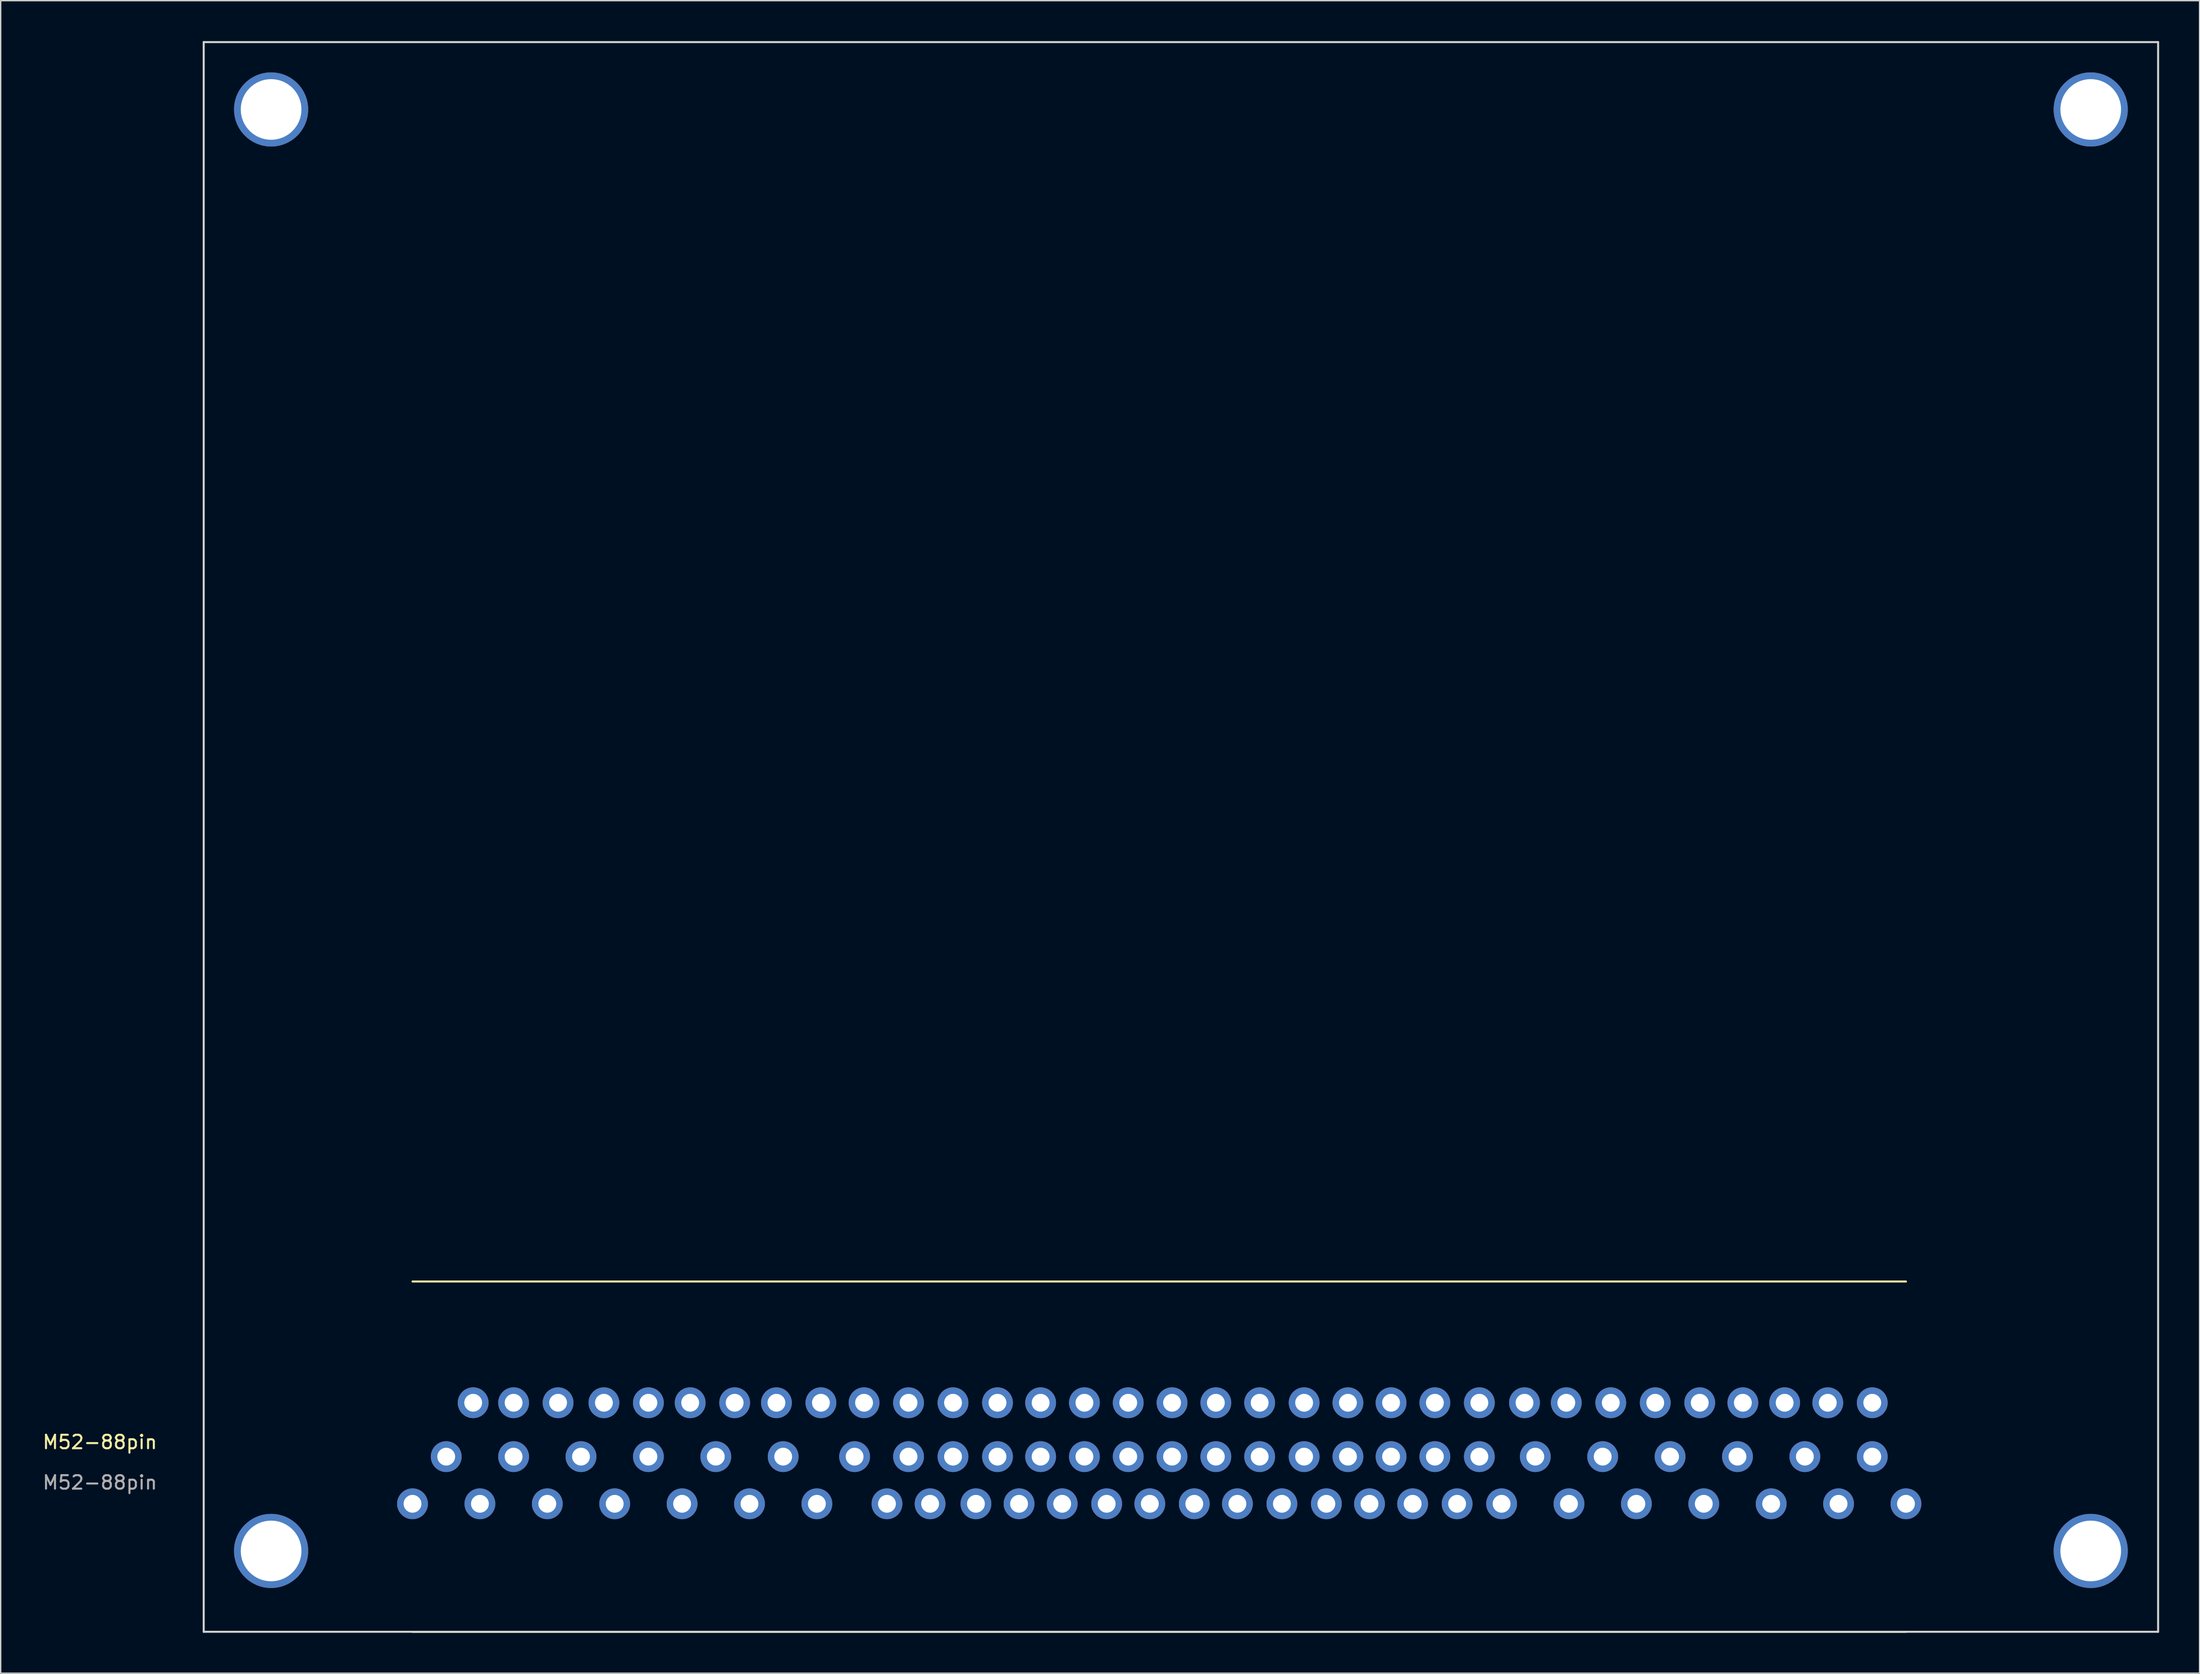
<source format=kicad_pcb>
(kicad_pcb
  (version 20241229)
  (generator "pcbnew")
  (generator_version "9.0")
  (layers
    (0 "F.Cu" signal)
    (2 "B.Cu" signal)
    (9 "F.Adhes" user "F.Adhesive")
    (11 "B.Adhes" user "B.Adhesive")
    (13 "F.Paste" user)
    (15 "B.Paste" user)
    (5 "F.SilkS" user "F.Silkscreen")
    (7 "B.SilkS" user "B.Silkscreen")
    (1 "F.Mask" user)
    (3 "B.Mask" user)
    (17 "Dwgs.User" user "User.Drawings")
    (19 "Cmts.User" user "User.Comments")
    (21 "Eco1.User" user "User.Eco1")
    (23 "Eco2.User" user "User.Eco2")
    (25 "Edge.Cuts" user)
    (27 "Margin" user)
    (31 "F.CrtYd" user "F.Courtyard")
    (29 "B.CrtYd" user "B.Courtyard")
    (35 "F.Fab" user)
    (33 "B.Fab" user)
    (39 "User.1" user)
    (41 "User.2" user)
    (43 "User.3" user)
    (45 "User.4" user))
  (footprint "M52-88pin"
    (layer "F.Cu")
    (at 17.063 112.075)
    (property "Reference" "M52-88pin" (at -12.7 -8.08 0) (unlocked yes) (layer "F.SilkS") (effects (font (size 1 1) (thickness 0.15))))
    (attr through_hole)
    (fp_line (start 121.292 -20) (end 10.492 -20) (stroke (width 0.15) (type solid)) (layer "F.SilkS"))
    (fp_line (start 121.292 6) (end 10.492 6) (stroke (width 0.15) (type solid)) (layer "F.SilkS"))
    (fp_line (start -5 -112) (end -5 6) (stroke (width 0.15) (type solid)) (layer "Edge.Cuts"))
    (fp_line (start -5 -112) (end 140 -112) (stroke (width 0.15) (type solid)) (layer "Edge.Cuts"))
    (fp_line (start -5 6) (end 140 6) (stroke (width 0.15) (type solid)) (layer "Edge.Cuts"))
    (fp_line (start 140 -112) (end 140 6) (stroke (width 0.15) (type solid)) (layer "Edge.Cuts"))
    (fp_text user "${REFERENCE}" (at -12.7 -5.08 0) (unlocked yes) (layer "F.Fab") (effects (font (size 1 1) (thickness 0.15))))
    (pad "1" thru_hole circle (at 121.292 -3.5 180) (size 2.286 2.286) (drill 1.321) (layers "*.Cu" "*.Mask"))
    (pad "2" thru_hole circle (at 116.292 -3.5 180) (size 2.286 2.286) (drill 1.321) (layers "*.Cu" "*.Mask"))
    (pad "3" thru_hole circle (at 111.292 -3.5 180) (size 2.286 2.286) (drill 1.321) (layers "*.Cu" "*.Mask"))
    (pad "4" thru_hole circle (at 106.292 -3.5 180) (size 2.286 2.286) (drill 1.321) (layers "*.Cu" "*.Mask"))
    (pad "5" thru_hole circle (at 101.292 -3.5 180) (size 2.286 2.286) (drill 1.321) (layers "*.Cu" "*.Mask"))
    (pad "6" thru_hole circle (at 96.292 -3.5 180) (size 2.286 2.286) (drill 1.321) (layers "*.Cu" "*.Mask"))
    (pad "7" thru_hole circle (at 91.292 -3.5 180) (size 2.286 2.286) (drill 1.321) (layers "*.Cu" "*.Mask"))
    (pad "8" thru_hole circle (at 87.992 -3.5 180) (size 2.286 2.286) (drill 1.321) (layers "*.Cu" "*.Mask"))
    (pad "9" thru_hole circle (at 84.692 -3.5 180) (size 2.286 2.286) (drill 1.321) (layers "*.Cu" "*.Mask"))
    (pad "10" thru_hole circle (at 81.492 -3.5 180) (size 2.286 2.286) (drill 1.321) (layers "*.Cu" "*.Mask"))
    (pad "11" thru_hole circle (at 78.292 -3.5 180) (size 2.286 2.286) (drill 1.321) (layers "*.Cu" "*.Mask"))
    (pad "12" thru_hole circle (at 74.992 -3.5 180) (size 2.286 2.286) (drill 1.321) (layers "*.Cu" "*.Mask"))
    (pad "13" thru_hole circle (at 71.692 -3.5 180) (size 2.286 2.286) (drill 1.321) (layers "*.Cu" "*.Mask"))
    (pad "14" thru_hole circle (at 68.492 -3.5 180) (size 2.286 2.286) (drill 1.321) (layers "*.Cu" "*.Mask"))
    (pad "15" thru_hole circle (at 65.192 -3.5 180) (size 2.286 2.286) (drill 1.321) (layers "*.Cu" "*.Mask"))
    (pad "16" thru_hole circle (at 61.992 -3.5 180) (size 2.286 2.286) (drill 1.321) (layers "*.Cu" "*.Mask"))
    (pad "17" thru_hole circle (at 58.692 -3.5 180) (size 2.286 2.286) (drill 1.321) (layers "*.Cu" "*.Mask"))
    (pad "18" thru_hole circle (at 55.492 -3.5 180) (size 2.286 2.286) (drill 1.321) (layers "*.Cu" "*.Mask"))
    (pad "19" thru_hole circle (at 52.292 -3.5 180) (size 2.286 2.286) (drill 1.321) (layers "*.Cu" "*.Mask"))
    (pad "20" thru_hole circle (at 48.892 -3.5 180) (size 2.286 2.286) (drill 1.321) (layers "*.Cu" "*.Mask"))
    (pad "21" thru_hole circle (at 45.692 -3.5 180) (size 2.286 2.286) (drill 1.321) (layers "*.Cu" "*.Mask"))
    (pad "22" thru_hole circle (at 40.492 -3.5 180) (size 2.286 2.286) (drill 1.321) (layers "*.Cu" "*.Mask"))
    (pad "23" thru_hole circle (at 35.492 -3.5 180) (size 2.286 2.286) (drill 1.321) (layers "*.Cu" "*.Mask"))
    (pad "24" thru_hole circle (at 30.492 -3.5 180) (size 2.286 2.286) (drill 1.321) (layers "*.Cu" "*.Mask"))
    (pad "25" thru_hole circle (at 25.492 -3.5 180) (size 2.286 2.286) (drill 1.321) (layers "*.Cu" "*.Mask"))
    (pad "26" thru_hole circle (at 20.492 -3.5 180) (size 2.286 2.286) (drill 1.321) (layers "*.Cu" "*.Mask"))
    (pad "27" thru_hole circle (at 15.492 -3.5 180) (size 2.286 2.286) (drill 1.321) (layers "*.Cu" "*.Mask"))
    (pad "28" thru_hole circle (at 10.492 -3.5 180) (size 2.286 2.286) (drill 1.321) (layers "*.Cu" "*.Mask"))
    (pad "29" thru_hole circle (at 118.792 -7 180) (size 2.286 2.286) (drill 1.321) (layers "*.Cu" "*.Mask"))
    (pad "30" thru_hole circle (at 113.792 -7 180) (size 2.286 2.286) (drill 1.321) (layers "*.Cu" "*.Mask"))
    (pad "31" thru_hole circle (at 108.792 -7 180) (size 2.286 2.286) (drill 1.321) (layers "*.Cu" "*.Mask"))
    (pad "32" thru_hole circle (at 103.792 -7 180) (size 2.286 2.286) (drill 1.321) (layers "*.Cu" "*.Mask"))
    (pad "33" thru_hole circle (at 98.792 -7 180) (size 2.286 2.286) (drill 1.321) (layers "*.Cu" "*.Mask"))
    (pad "34" thru_hole circle (at 93.792 -7 180) (size 2.286 2.286) (drill 1.321) (layers "*.Cu" "*.Mask"))
    (pad "35" thru_hole circle (at 89.642 -7 180) (size 2.286 2.286) (drill 1.321) (layers "*.Cu" "*.Mask"))
    (pad "36" thru_hole circle (at 86.342 -7 180) (size 2.286 2.286) (drill 1.321) (layers "*.Cu" "*.Mask"))
    (pad "37" thru_hole circle (at 83.092 -7 180) (size 2.286 2.286) (drill 1.321) (layers "*.Cu" "*.Mask"))
    (pad "38" thru_hole circle (at 79.892 -7 180) (size 2.286 2.286) (drill 1.321) (layers "*.Cu" "*.Mask"))
    (pad "39" thru_hole circle (at 76.642 -7 180) (size 2.286 2.286) (drill 1.321) (layers "*.Cu" "*.Mask"))
    (pad "40" thru_hole circle (at 73.342 -7 180) (size 2.286 2.286) (drill 1.321) (layers "*.Cu" "*.Mask"))
    (pad "41" thru_hole circle (at 70.092 -7 180) (size 2.286 2.286) (drill 1.321) (layers "*.Cu" "*.Mask"))
    (pad "42" thru_hole circle (at 66.842 -7 180) (size 2.286 2.286) (drill 1.321) (layers "*.Cu" "*.Mask"))
    (pad "43" thru_hole circle (at 63.592 -7 180) (size 2.286 2.286) (drill 1.321) (layers "*.Cu" "*.Mask"))
    (pad "44" thru_hole circle (at 60.342 -7 180) (size 2.286 2.286) (drill 1.321) (layers "*.Cu" "*.Mask"))
    (pad "45" thru_hole circle (at 57.092 -7 180) (size 2.286 2.286) (drill 1.321) (layers "*.Cu" "*.Mask"))
    (pad "46" thru_hole circle (at 53.892 -7 180) (size 2.286 2.286) (drill 1.321) (layers "*.Cu" "*.Mask"))
    (pad "47" thru_hole circle (at 50.592 -7 180) (size 2.286 2.286) (drill 1.321) (layers "*.Cu" "*.Mask"))
    (pad "48" thru_hole circle (at 47.292 -7 180) (size 2.286 2.286) (drill 1.321) (layers "*.Cu" "*.Mask"))
    (pad "49" thru_hole circle (at 43.292 -7 180) (size 2.286 2.286) (drill 1.321) (layers "*.Cu" "*.Mask"))
    (pad "50" thru_hole circle (at 37.992 -7 180) (size 2.286 2.286) (drill 1.321) (layers "*.Cu" "*.Mask"))
    (pad "51" thru_hole circle (at 32.992 -7 180) (size 2.286 2.286) (drill 1.321) (layers "*.Cu" "*.Mask"))
    (pad "52" thru_hole circle (at 27.992 -7 180) (size 2.286 2.286) (drill 1.321) (layers "*.Cu" "*.Mask"))
    (pad "53" thru_hole circle (at 22.992 -7 180) (size 2.286 2.286) (drill 1.321) (layers "*.Cu" "*.Mask"))
    (pad "54" thru_hole circle (at 17.992 -7 180) (size 2.286 2.286) (drill 1.321) (layers "*.Cu" "*.Mask"))
    (pad "55" thru_hole circle (at 12.992 -7 180) (size 2.286 2.286) (drill 1.321) (layers "*.Cu" "*.Mask"))
    (pad "56" thru_hole circle (at 118.792 -11 180) (size 2.286 2.286) (drill 1.321) (layers "*.Cu" "*.Mask"))
    (pad "57" thru_hole circle (at 115.492 -11 180) (size 2.286 2.286) (drill 1.321) (layers "*.Cu" "*.Mask"))
    (pad "58" thru_hole circle (at 112.292 -11 180) (size 2.286 2.286) (drill 1.321) (layers "*.Cu" "*.Mask"))
    (pad "59" thru_hole circle (at 109.192 -11 180) (size 2.286 2.286) (drill 1.321) (layers "*.Cu" "*.Mask"))
    (pad "60" thru_hole circle (at 105.992 -11 180) (size 2.286 2.286) (drill 1.321) (layers "*.Cu" "*.Mask"))
    (pad "61" thru_hole circle (at 102.692 -11 180) (size 2.286 2.286) (drill 1.321) (layers "*.Cu" "*.Mask"))
    (pad "62" thru_hole circle (at 99.392 -11 180) (size 2.286 2.286) (drill 1.321) (layers "*.Cu" "*.Mask"))
    (pad "63" thru_hole circle (at 96.092 -11 180) (size 2.286 2.286) (drill 1.321) (layers "*.Cu" "*.Mask"))
    (pad "64" thru_hole circle (at 92.992 -11 180) (size 2.286 2.286) (drill 1.321) (layers "*.Cu" "*.Mask"))
    (pad "65" thru_hole circle (at 89.642 -11 180) (size 2.286 2.286) (drill 1.321) (layers "*.Cu" "*.Mask"))
    (pad "66" thru_hole circle (at 86.342 -11 180) (size 2.286 2.286) (drill 1.321) (layers "*.Cu" "*.Mask"))
    (pad "67" thru_hole circle (at 83.092 -11 180) (size 2.286 2.286) (drill 1.321) (layers "*.Cu" "*.Mask"))
    (pad "68" thru_hole circle (at 79.892 -11 180) (size 2.286 2.286) (drill 1.321) (layers "*.Cu" "*.Mask"))
    (pad "69" thru_hole circle (at 76.642 -11 180) (size 2.286 2.286) (drill 1.321) (layers "*.Cu" "*.Mask"))
    (pad "70" thru_hole circle (at 73.342 -11 180) (size 2.286 2.286) (drill 1.321) (layers "*.Cu" "*.Mask"))
    (pad "71" thru_hole circle (at 70.092 -11 180) (size 2.286 2.286) (drill 1.321) (layers "*.Cu" "*.Mask"))
    (pad "72" thru_hole circle (at 66.842 -11 180) (size 2.286 2.286) (drill 1.321) (layers "*.Cu" "*.Mask"))
    (pad "73" thru_hole circle (at 63.592 -11 180) (size 2.286 2.286) (drill 1.321) (layers "*.Cu" "*.Mask"))
    (pad "74" thru_hole circle (at 60.342 -11 180) (size 2.286 2.286) (drill 1.321) (layers "*.Cu" "*.Mask"))
    (pad "75" thru_hole circle (at 57.092 -11 180) (size 2.286 2.286) (drill 1.321) (layers "*.Cu" "*.Mask"))
    (pad "76" thru_hole circle (at 53.892 -11 180) (size 2.286 2.286) (drill 1.321) (layers "*.Cu" "*.Mask"))
    (pad "77" thru_hole circle (at 50.592 -11 180) (size 2.286 2.286) (drill 1.321) (layers "*.Cu" "*.Mask"))
    (pad "78" thru_hole circle (at 47.292 -11 180) (size 2.286 2.286) (drill 1.321) (layers "*.Cu" "*.Mask"))
    (pad "79" thru_hole circle (at 43.992 -11 180) (size 2.286 2.286) (drill 1.321) (layers "*.Cu" "*.Mask"))
    (pad "80" thru_hole circle (at 40.792 -11 180) (size 2.286 2.286) (drill 1.321) (layers "*.Cu" "*.Mask"))
    (pad "81" thru_hole circle (at 37.492 -11 180) (size 2.286 2.286) (drill 1.321) (layers "*.Cu" "*.Mask"))
    (pad "82" thru_hole circle (at 34.392 -11 180) (size 2.286 2.286) (drill 1.321) (layers "*.Cu" "*.Mask"))
    (pad "83" thru_hole circle (at 31.092 -11 180) (size 2.286 2.286) (drill 1.321) (layers "*.Cu" "*.Mask"))
    (pad "84" thru_hole circle (at 27.992 -11 180) (size 2.286 2.286) (drill 1.321) (layers "*.Cu" "*.Mask"))
    (pad "85" thru_hole circle (at 24.692 -11 180) (size 2.286 2.286) (drill 1.321) (layers "*.Cu" "*.Mask"))
    (pad "86" thru_hole circle (at 21.292 -11 180) (size 2.286 2.286) (drill 1.321) (layers "*.Cu" "*.Mask"))
    (pad "87" thru_hole circle (at 17.992 -11 180) (size 2.286 2.286) (drill 1.321) (layers "*.Cu" "*.Mask"))
    (pad "88" thru_hole circle (at 14.992 -11 180) (size 2.286 2.286) (drill 1.321) (layers "*.Cu" "*.Mask"))
    (pad "89" thru_hole circle (at 0 0) (size 5.5 5.5) (drill 4.5) (layers "*.Cu" "*.Mask"))
    (pad "90" thru_hole circle (at 135 0) (size 5.5 5.5) (drill 4.5) (layers "*.Cu" "*.Mask"))
    (pad "91" thru_hole circle (at 135 -107) (size 5.5 5.5) (drill 4.5) (layers "*.Cu" "*.Mask"))
    (pad "92" thru_hole circle (at 0 -107) (size 5.5 5.5) (drill 4.5) (layers "*.Cu" "*.Mask")))
  (gr_rect
    (start -3 -3)
    (end 160.138 121.15)
    (stroke (width 0.1) (type default))
    (fill no)
    (layer "Edge.Cuts")))
</source>
